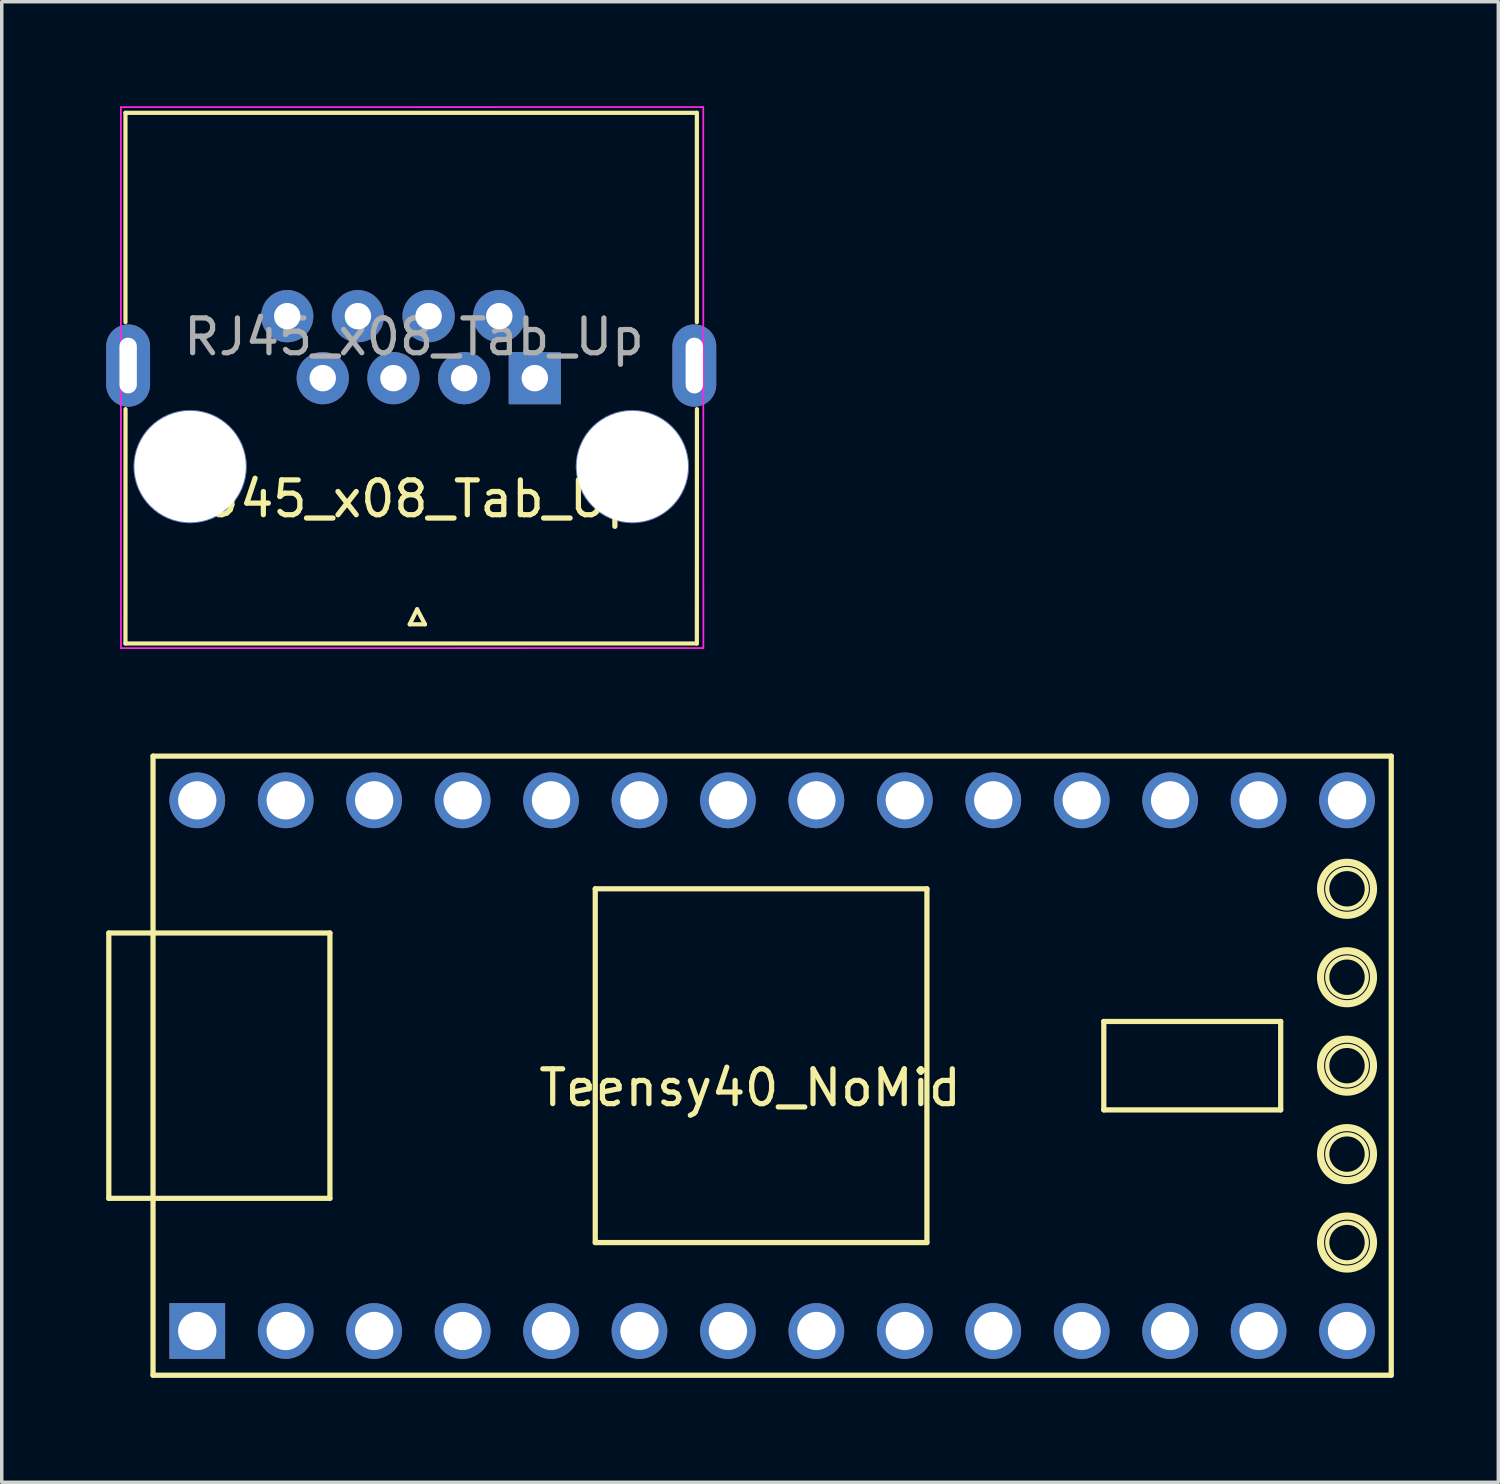
<source format=kicad_pcb>
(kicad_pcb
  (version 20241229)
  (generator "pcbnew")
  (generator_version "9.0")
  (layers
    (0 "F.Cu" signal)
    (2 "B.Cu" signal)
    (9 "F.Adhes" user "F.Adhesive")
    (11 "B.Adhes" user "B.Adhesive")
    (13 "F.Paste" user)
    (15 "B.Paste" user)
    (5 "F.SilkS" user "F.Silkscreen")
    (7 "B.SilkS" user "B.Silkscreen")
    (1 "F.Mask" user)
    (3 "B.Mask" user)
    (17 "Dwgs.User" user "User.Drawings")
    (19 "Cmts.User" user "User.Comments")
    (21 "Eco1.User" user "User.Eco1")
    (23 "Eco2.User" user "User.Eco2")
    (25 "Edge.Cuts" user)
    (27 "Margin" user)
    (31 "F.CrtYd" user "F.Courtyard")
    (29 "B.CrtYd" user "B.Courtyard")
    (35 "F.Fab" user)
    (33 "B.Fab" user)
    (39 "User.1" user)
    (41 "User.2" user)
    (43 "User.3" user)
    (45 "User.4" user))
  (footprint "Teensy40_NoMid"
    (layer "F.Cu")
    (at 18.617 27.682)
    (property "Reference" "Teensy40_NoMid" (at -0.127 0.508 0) (layer "F.SilkS") (effects (font (size 1 1) (thickness 0.15))))
    (attr through_hole)
    (fp_line (start -18.542 -3.937) (end -17.272 -3.937) (stroke (width 0.15) (type solid)) (layer "F.SilkS"))
    (fp_line (start -18.542 3.683) (end -18.542 -3.937) (stroke (width 0.15) (type solid)) (layer "F.SilkS"))
    (fp_line (start -17.272 3.683) (end -18.542 3.683) (stroke (width 0.15) (type solid)) (layer "F.SilkS"))
    (fp_line (start -17.272 8.763) (end -17.272 -9.017) (stroke (width 0.15) (type solid)) (layer "F.SilkS"))
    (fp_line (start -17.272 8.763) (end 18.288 8.763) (stroke (width 0.15) (type solid)) (layer "F.SilkS"))
    (fp_line (start -12.192 -3.937) (end -17.272 -3.937) (stroke (width 0.15) (type solid)) (layer "F.SilkS"))
    (fp_line (start -12.192 3.683) (end -17.272 3.683) (stroke (width 0.15) (type solid)) (layer "F.SilkS"))
    (fp_line (start -12.192 3.683) (end -12.192 -3.937) (stroke (width 0.15) (type solid)) (layer "F.SilkS"))
    (fp_line (start -4.572 -5.207) (end -4.572 4.953) (stroke (width 0.15) (type solid)) (layer "F.SilkS"))
    (fp_line (start -4.572 -5.207) (end 4.953 -5.207) (stroke (width 0.15) (type solid)) (layer "F.SilkS"))
    (fp_line (start -4.572 4.953) (end 4.953 4.953) (stroke (width 0.15) (type solid)) (layer "F.SilkS"))
    (fp_line (start 4.953 4.953) (end 4.953 -5.207) (stroke (width 0.15) (type solid)) (layer "F.SilkS"))
    (fp_line (start 10.033 -1.397) (end 15.113 -1.397) (stroke (width 0.15) (type solid)) (layer "F.SilkS"))
    (fp_line (start 10.033 1.143) (end 10.033 -1.397) (stroke (width 0.15) (type solid)) (layer "F.SilkS"))
    (fp_line (start 15.113 -1.397) (end 15.113 1.143) (stroke (width 0.15) (type solid)) (layer "F.SilkS"))
    (fp_line (start 15.113 1.143) (end 10.033 1.143) (stroke (width 0.15) (type solid)) (layer "F.SilkS"))
    (fp_line (start 18.288 -9.017) (end -17.272 -9.017) (stroke (width 0.15) (type solid)) (layer "F.SilkS"))
    (fp_line (start 18.288 -9.017) (end 18.288 8.763) (stroke (width 0.15) (type solid)) (layer "F.SilkS"))
    (fp_circle (center 17.018 -5.207) (end 17.272 -4.445) (stroke (width 0.12) (type solid)) (fill no) (layer "F.SilkS"))
    (fp_circle (center 17.018 -5.207) (end 17.526 -4.953) (stroke (width 0.12) (type solid)) (fill no) (layer "F.SilkS"))
    (fp_circle (center 17.018 -5.207) (end 17.526 -4.699) (stroke (width 0.12) (type solid)) (fill no) (layer "F.SilkS"))
    (fp_circle (center 17.018 -2.667) (end 17.272 -1.905) (stroke (width 0.12) (type solid)) (fill no) (layer "F.SilkS"))
    (fp_circle (center 17.018 -2.667) (end 17.526 -2.413) (stroke (width 0.12) (type solid)) (fill no) (layer "F.SilkS"))
    (fp_circle (center 17.018 -2.667) (end 17.526 -2.159) (stroke (width 0.12) (type solid)) (fill no) (layer "F.SilkS"))
    (fp_circle (center 17.018 -0.127) (end 17.272 0.635) (stroke (width 0.12) (type solid)) (fill no) (layer "F.SilkS"))
    (fp_circle (center 17.018 -0.127) (end 17.526 0.127) (stroke (width 0.12) (type solid)) (fill no) (layer "F.SilkS"))
    (fp_circle (center 17.018 -0.127) (end 17.526 0.381) (stroke (width 0.12) (type solid)) (fill no) (layer "F.SilkS"))
    (fp_circle (center 17.018 2.413) (end 17.272 3.175) (stroke (width 0.12) (type solid)) (fill no) (layer "F.SilkS"))
    (fp_circle (center 17.018 2.413) (end 17.526 2.667) (stroke (width 0.12) (type solid)) (fill no) (layer "F.SilkS"))
    (fp_circle (center 17.018 2.413) (end 17.526 2.921) (stroke (width 0.12) (type solid)) (fill no) (layer "F.SilkS"))
    (fp_circle (center 17.018 4.953) (end 17.272 5.715) (stroke (width 0.12) (type solid)) (fill no) (layer "F.SilkS"))
    (fp_circle (center 17.018 4.953) (end 17.526 5.207) (stroke (width 0.12) (type solid)) (fill no) (layer "F.SilkS"))
    (fp_circle (center 17.018 4.953) (end 17.526 5.461) (stroke (width 0.12) (type solid)) (fill no) (layer "F.SilkS"))
    (pad "1" thru_hole rect (at -16.002 7.493) (size 1.6 1.6) (drill 1.1) (layers "*.Cu" "*.Mask"))
    (pad "2" thru_hole circle (at -13.462 7.493) (size 1.6 1.6) (drill 1.1) (layers "*.Cu" "*.Mask"))
    (pad "3" thru_hole circle (at -10.922 7.493) (size 1.6 1.6) (drill 1.1) (layers "*.Cu" "*.Mask"))
    (pad "4" thru_hole circle (at -8.382 7.493) (size 1.6 1.6) (drill 1.1) (layers "*.Cu" "*.Mask"))
    (pad "5" thru_hole circle (at -5.842 7.493) (size 1.6 1.6) (drill 1.1) (layers "*.Cu" "*.Mask"))
    (pad "6" thru_hole circle (at -3.302 7.493) (size 1.6 1.6) (drill 1.1) (layers "*.Cu" "*.Mask"))
    (pad "7" thru_hole circle (at -0.762 7.493) (size 1.6 1.6) (drill 1.1) (layers "*.Cu" "*.Mask"))
    (pad "8" thru_hole circle (at 1.778 7.493) (size 1.6 1.6) (drill 1.1) (layers "*.Cu" "*.Mask"))
    (pad "9" thru_hole circle (at 4.318 7.493) (size 1.6 1.6) (drill 1.1) (layers "*.Cu" "*.Mask"))
    (pad "10" thru_hole circle (at 6.858 7.493) (size 1.6 1.6) (drill 1.1) (layers "*.Cu" "*.Mask"))
    (pad "11" thru_hole circle (at 9.398 7.493) (size 1.6 1.6) (drill 1.1) (layers "*.Cu" "*.Mask"))
    (pad "12" thru_hole circle (at 11.938 7.493) (size 1.6 1.6) (drill 1.1) (layers "*.Cu" "*.Mask"))
    (pad "13" thru_hole circle (at 14.478 7.493) (size 1.6 1.6) (drill 1.1) (layers "*.Cu" "*.Mask"))
    (pad "14" thru_hole circle (at 17.018 7.493) (size 1.6 1.6) (drill 1.1) (layers "*.Cu" "*.Mask"))
    (pad "15" thru_hole circle (at 17.018 -7.747) (size 1.6 1.6) (drill 1.1) (layers "*.Cu" "*.Mask"))
    (pad "16" thru_hole circle (at 14.478 -7.747) (size 1.6 1.6) (drill 1.1) (layers "*.Cu" "*.Mask"))
    (pad "17" thru_hole circle (at 11.938 -7.747) (size 1.6 1.6) (drill 1.1) (layers "*.Cu" "*.Mask"))
    (pad "18" thru_hole circle (at 9.398 -7.747) (size 1.6 1.6) (drill 1.1) (layers "*.Cu" "*.Mask"))
    (pad "19" thru_hole circle (at 6.858 -7.747) (size 1.6 1.6) (drill 1.1) (layers "*.Cu" "*.Mask"))
    (pad "20" thru_hole circle (at 4.318 -7.747) (size 1.6 1.6) (drill 1.1) (layers "*.Cu" "*.Mask"))
    (pad "21" thru_hole circle (at 1.778 -7.747) (size 1.6 1.6) (drill 1.1) (layers "*.Cu" "*.Mask"))
    (pad "22" thru_hole circle (at -0.762 -7.747) (size 1.6 1.6) (drill 1.1) (layers "*.Cu" "*.Mask"))
    (pad "23" thru_hole circle (at -3.302 -7.747) (size 1.6 1.6) (drill 1.1) (layers "*.Cu" "*.Mask"))
    (pad "24" thru_hole circle (at -5.842 -7.747) (size 1.6 1.6) (drill 1.1) (layers "*.Cu" "*.Mask"))
    (pad "25" thru_hole circle (at -8.382 -7.747) (size 1.6 1.6) (drill 1.1) (layers "*.Cu" "*.Mask"))
    (pad "26" thru_hole circle (at -10.922 -7.747) (size 1.6 1.6) (drill 1.1) (layers "*.Cu" "*.Mask"))
    (pad "27" thru_hole circle (at -13.462 -7.747) (size 1.6 1.6) (drill 1.1) (layers "*.Cu" "*.Mask"))
    (pad "28" thru_hole circle (at -16.002 -7.747) (size 1.6 1.6) (drill 1.1) (layers "*.Cu" "*.Mask")))
  (footprint "RJ45_x08_Tab_Up"
    (layer "F.Cu")
    (at 8.528 11.409)
    (property "Reference" "RJ45_x08_Tab_Up" (at 0.152 -0.132 0) (layer "F.SilkS") (effects (font (size 1 1) (thickness 0.15))))
    (attr through_hole)
    (fp_line (start -7.975 -11.219) (end -7.975 -5.207) (stroke (width 0.12) (type solid)) (layer "F.SilkS"))
    (fp_line (start -7.975 -11.219) (end 8.435 -11.219) (stroke (width 0.12) (type solid)) (layer "F.SilkS"))
    (fp_line (start -7.975 4.021) (end 8.435 4.021) (stroke (width 0.12) (type solid)) (layer "F.SilkS"))
    (fp_line (start -7.973 -2.71) (end -7.975 4.021) (stroke (width 0.12) (type solid)) (layer "F.SilkS"))
    (fp_line (start 0.188 3.47) (end 0.627 3.47) (stroke (width 0.12) (type solid)) (layer "F.SilkS"))
    (fp_line (start 0.401 3.038) (end 0.188 3.47) (stroke (width 0.12) (type solid)) (layer "F.SilkS"))
    (fp_line (start 0.627 3.47) (end 0.401 3.038) (stroke (width 0.12) (type solid)) (layer "F.SilkS"))
    (fp_line (start 8.435 -11.219) (end 8.435 -5.207) (stroke (width 0.12) (type solid)) (layer "F.SilkS"))
    (fp_line (start 8.437 -2.71) (end 8.435 4.021) (stroke (width 0.12) (type solid)) (layer "F.SilkS"))
    (fp_line (start -8.106 -11.382) (end -8.104 4.155) (stroke (width 0.05) (type solid)) (layer "F.CrtYd"))
    (fp_line (start -8.106 -11.382) (end 8.619 -11.384) (stroke (width 0.05) (type solid)) (layer "F.CrtYd"))
    (fp_line (start -8.104 4.155) (end 8.622 4.153) (stroke (width 0.05) (type solid)) (layer "F.CrtYd"))
    (fp_line (start 8.619 -11.384) (end 8.622 4.153) (stroke (width 0.05) (type solid)) (layer "F.CrtYd"))
    (fp_text user "${REFERENCE}" (at 0.312 -4.784 0) (layer "F.Fab") (effects (font (size 1 1) (thickness 0.15))))
    (pad "" np_thru_hole circle (at -6.118 -1.059 180) (size 3.25 3.25) (drill 3.2) (layers "*.Cu" "*.Mask"))
    (pad "" np_thru_hole circle (at 6.582 -1.059 180) (size 3.25 3.25) (drill 3.2) (layers "*.Cu" "*.Mask"))
    (pad "1" thru_hole rect (at 3.781 -3.599) (size 1.5 1.5) (drill 0.76) (layers "*.Cu" "*.Mask"))
    (pad "2" thru_hole circle (at 2.761 -5.379) (size 1.5 1.5) (drill 0.76) (layers "*.Cu" "*.Mask"))
    (pad "3" thru_hole circle (at 1.751 -3.599) (size 1.5 1.5) (drill 0.76) (layers "*.Cu" "*.Mask"))
    (pad "4" thru_hole circle (at 0.731 -5.379) (size 1.5 1.5) (drill 0.76) (layers "*.Cu" "*.Mask"))
    (pad "5" thru_hole circle (at -0.279 -3.599) (size 1.5 1.5) (drill 0.76) (layers "*.Cu" "*.Mask"))
    (pad "6" thru_hole circle (at -1.299 -5.379) (size 1.5 1.5) (drill 0.76) (layers "*.Cu" "*.Mask"))
    (pad "7" thru_hole circle (at -2.309 -3.599) (size 1.5 1.5) (drill 0.76) (layers "*.Cu" "*.Mask"))
    (pad "8" thru_hole circle (at -3.329 -5.379) (size 1.5 1.5) (drill 0.76) (layers "*.Cu" "*.Mask"))
    (pad "9" thru_hole oval (at -7.898 -3.961 180) (size 1.259 2.362) (drill oval 0.5 1.6) (layers "*.Cu" "*.Mask"))
    (pad "10" thru_hole oval (at 8.362 -3.961 180) (size 1.259 2.362) (drill oval 0.5 1.6) (layers "*.Cu" "*.Mask")))
  (gr_rect
    (start -3 -3)
    (end 39.98 39.52)
    (stroke (width 0.1) (type default))
    (fill no)
    (layer "Edge.Cuts")))
</source>
